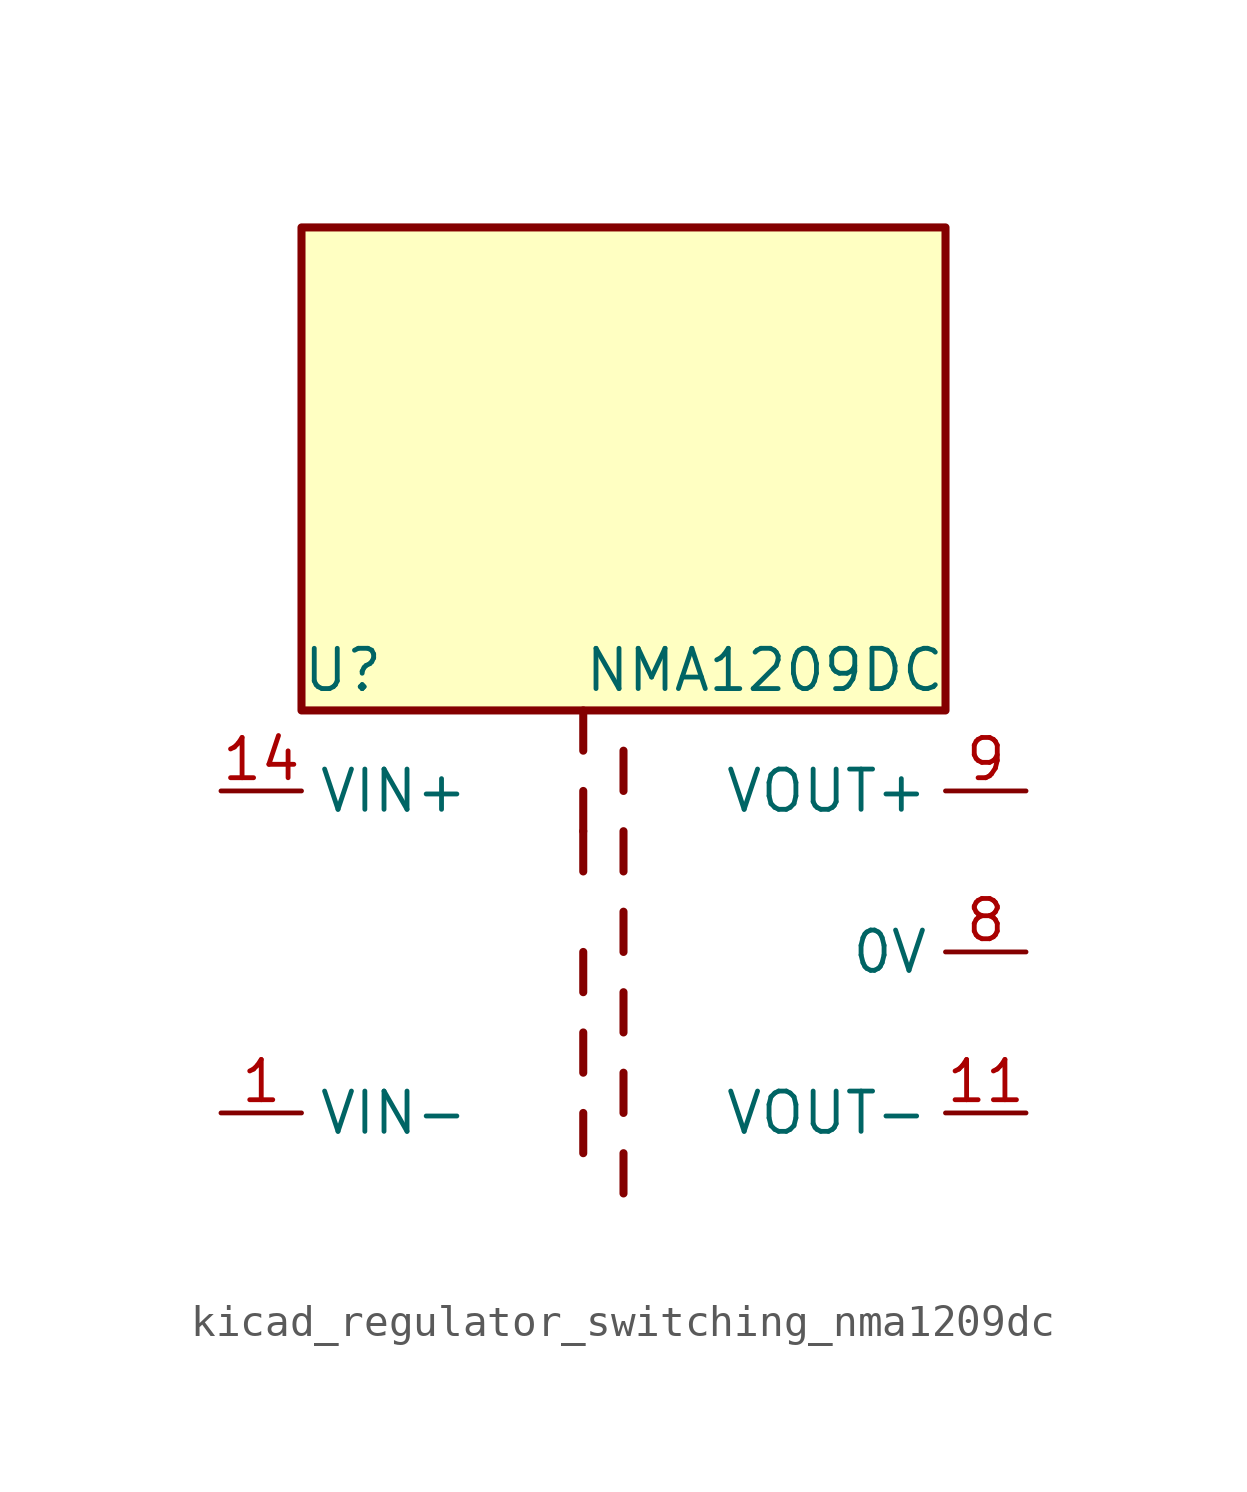
<source format=kicad_sym>
(kicad_symbol_lib
  (version 20220914)
  (generator kicad_symbol_editor)
  (symbol "kicad_regulator_switching_nma1209dc"
    (property "Reference" "U"
      (at -10.16 8.89 0)
      (effects (font (size 1.27 1.27)) (justify left)))
    (property "Value" "NMA1209DC"
      (at -1.27 8.89 0)
      (effects (font (size 1.27 1.27)) (justify left)))
    (symbol "kicad_regulator_switching_nma1209dc_0_1"
      (polyline (pts (xy -1.27 -5.08) (xy -1.27 -6.35)) (stroke (width 0.254) (type default)) (fill (type none)))
      (polyline (pts (xy -1.27 -2.54) (xy -1.27 -3.81)) (stroke (width 0.254) (type default)) (fill (type none)))
      (polyline (pts (xy -1.27 0) (xy -1.27 -1.27)) (stroke (width 0.254) (type default)) (fill (type none)))
      (polyline (pts (xy -1.27 2.54) (xy -1.27 3.81)) (stroke (width 0.254) (type default)) (fill (type none)))
      (polyline (pts (xy -1.27 5.08) (xy -1.27 3.81)) (stroke (width 0.254) (type default)) (fill (type none)))
      (polyline (pts (xy -1.27 7.62) (xy -1.27 6.35)) (stroke (width 0.254) (type default)) (fill (type none)))
      (polyline (pts (xy 0 -7.62) (xy 0 -6.35)) (stroke (width 0.254) (type default)) (fill (type none)))
      (polyline (pts (xy 0 -5.08) (xy 0 -3.81)) (stroke (width 0.254) (type default)) (fill (type none)))
      (polyline (pts (xy 0 -1.27) (xy 0 -2.54)) (stroke (width 0.254) (type default)) (fill (type none)))
      (polyline (pts (xy 0 0) (xy 0 1.27)) (stroke (width 0.254) (type default)) (fill (type none)))
      (polyline (pts (xy 0 2.54) (xy 0 3.81)) (stroke (width 0.254) (type default)) (fill (type none)))
      (polyline (pts (xy 0 5.08) (xy 0 6.35)) (stroke (width 0.254) (type default)) (fill (type none)))
      (rectangle (start 10.16 22.86) (end -10.16 7.62) (stroke (width 0.254) (type default)) (fill (type background))))
    (symbol "kicad_regulator_switching_nma1209dc_1_1"
      (pin power_in line (at -12.7 -5.08 0) (length 2.54) (name "VIN-" (effects (font (size 1.27 1.27)))) (number "1" (effects (font (size 1.27 1.27)))))
      (pin power_out line (at 12.7 -5.08 180) (length 2.54) (name "VOUT-" (effects (font (size 1.27 1.27)))) (number "11" (effects (font (size 1.27 1.27)))))
      (pin power_in line (at -12.7 5.08 0) (length 2.54) (name "VIN+" (effects (font (size 1.27 1.27)))) (number "14" (effects (font (size 1.27 1.27)))))
      (pin no_connect line (at -10.16 0 0) (length 2.54) hide (name "NC" (effects (font (size 1.27 1.27)))) (number "7" (effects (font (size 1.27 1.27)))))
      (pin power_out line (at 12.7 0 180) (length 2.54) (name "0V" (effects (font (size 1.27 1.27)))) (number "8" (effects (font (size 1.27 1.27)))))
      (pin power_out line (at 12.7 5.08 180) (length 2.54) (name "VOUT+" (effects (font (size 1.27 1.27)))) (number "9" (effects (font (size 1.27 1.27))))))))
</source>
